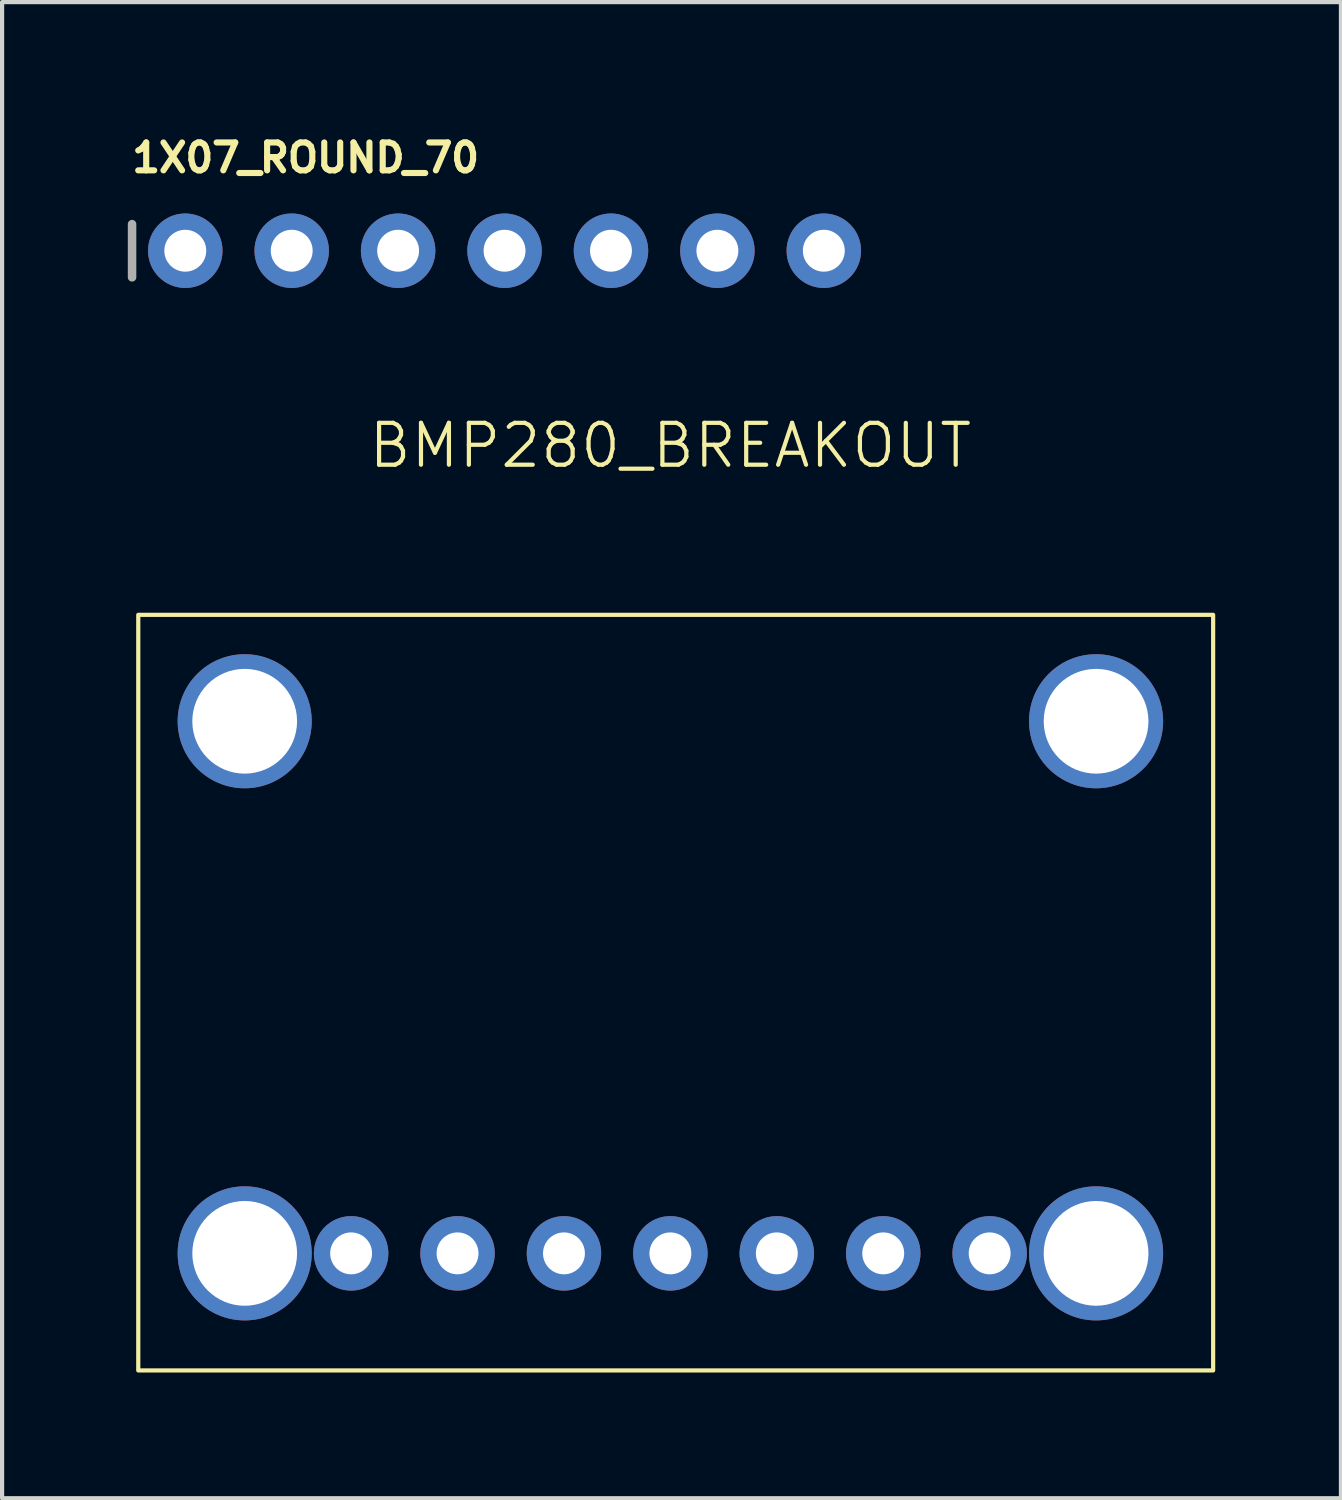
<source format=kicad_pcb>
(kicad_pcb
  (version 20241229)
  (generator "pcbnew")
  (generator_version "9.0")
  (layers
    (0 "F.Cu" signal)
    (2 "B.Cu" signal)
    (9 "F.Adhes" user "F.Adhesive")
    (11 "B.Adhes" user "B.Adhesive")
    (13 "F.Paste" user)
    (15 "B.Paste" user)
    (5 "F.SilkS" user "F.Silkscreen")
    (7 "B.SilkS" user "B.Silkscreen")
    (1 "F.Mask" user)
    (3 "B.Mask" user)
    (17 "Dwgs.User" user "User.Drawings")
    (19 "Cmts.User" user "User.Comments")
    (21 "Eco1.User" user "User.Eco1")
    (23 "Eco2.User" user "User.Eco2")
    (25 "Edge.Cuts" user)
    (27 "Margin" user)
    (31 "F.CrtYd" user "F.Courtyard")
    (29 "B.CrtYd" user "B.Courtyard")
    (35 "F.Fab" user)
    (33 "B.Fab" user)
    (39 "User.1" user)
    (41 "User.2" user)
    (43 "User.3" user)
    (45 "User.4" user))
  (footprint "1X07_ROUND_70"
    (layer "F.Cu")
    (at 8.992 2.934)
    (property "Reference" "1X07_ROUND_70" (at -8.966 -1.829 0) (unlocked yes) (layer "F.SilkS") (effects (font (size 0.666 0.666) (thickness 0.146)) (justify left bottom)))
    (fp_line (start -8.89 -0.635) (end -8.89 0.635) (stroke (width 0.203) (type solid)) (layer "F.Fab"))
    (fp_poly (pts (xy -7.874 0.254) (xy -7.366 0.254) (xy -7.366 -0.254) (xy -7.874 -0.254)) (stroke (width 0.1) (type default)) (fill no) (layer "F.Fab"))
    (fp_poly (pts (xy -5.334 0.254) (xy -4.826 0.254) (xy -4.826 -0.254) (xy -5.334 -0.254)) (stroke (width 0.1) (type default)) (fill no) (layer "F.Fab"))
    (fp_poly (pts (xy -2.794 0.254) (xy -2.286 0.254) (xy -2.286 -0.254) (xy -2.794 -0.254)) (stroke (width 0.1) (type default)) (fill no) (layer "F.Fab"))
    (fp_poly (pts (xy -0.254 0.254) (xy 0.254 0.254) (xy 0.254 -0.254) (xy -0.254 -0.254)) (stroke (width 0.1) (type default)) (fill no) (layer "F.Fab"))
    (fp_poly (pts (xy 2.286 0.254) (xy 2.794 0.254) (xy 2.794 -0.254) (xy 2.286 -0.254)) (stroke (width 0.1) (type default)) (fill no) (layer "F.Fab"))
    (fp_poly (pts (xy 4.826 0.254) (xy 5.334 0.254) (xy 5.334 -0.254) (xy 4.826 -0.254)) (stroke (width 0.1) (type default)) (fill no) (layer "F.Fab"))
    (fp_poly (pts (xy 7.366 0.254) (xy 7.874 0.254) (xy 7.874 -0.254) (xy 7.366 -0.254)) (stroke (width 0.1) (type default)) (fill no) (layer "F.Fab"))
    (pad "1" thru_hole circle (at -7.62 0 90) (size 1.778 1.778) (drill 1) (layers "*.Cu" "*.Mask"))
    (pad "2" thru_hole circle (at -5.08 0 90) (size 1.778 1.778) (drill 1) (layers "*.Cu" "*.Mask"))
    (pad "3" thru_hole circle (at -2.54 0 90) (size 1.778 1.778) (drill 1) (layers "*.Cu" "*.Mask"))
    (pad "4" thru_hole circle (at 0 0 90) (size 1.778 1.778) (drill 1) (layers "*.Cu" "*.Mask"))
    (pad "5" thru_hole circle (at 2.54 0 90) (size 1.778 1.778) (drill 1) (layers "*.Cu" "*.Mask"))
    (pad "6" thru_hole circle (at 5.08 0 90) (size 1.778 1.778) (drill 1) (layers "*.Cu" "*.Mask"))
    (pad "7" thru_hole circle (at 7.62 0 90) (size 1.778 1.778) (drill 1) (layers "*.Cu" "*.Mask")))
  (footprint "BMP280_BREAKOUT"
    (layer "F.Cu")
    (at 0.25 11.624)
    (property "Reference" "BMP280_BREAKOUT" (at 12.7 -4.04 0) (unlocked yes) (layer "F.SilkS") (effects (font (size 1 1) (thickness 0.1))))
    (attr through_hole)
    (fp_rect (start 0 18.034) (end 25.654 0) (stroke (width 0.1) (type default)) (fill no) (layer "F.SilkS"))
    (pad "3.3V" thru_hole circle (at 7.62 15.24) (size 1.778 1.778) (drill 1) (layers "*.Cu" "*.Mask"))
    (pad "8" thru_hole circle (at 2.54 2.54) (size 3.2 3.2) (drill 2.5) (layers "*.Cu" "*.Mask"))
    (pad "9" thru_hole circle (at 22.86 2.54) (size 3.2 3.2) (drill 2.5) (layers "*.Cu" "*.Mask"))
    (pad "10" thru_hole circle (at 22.86 15.24) (size 3.2 3.2) (drill 2.5) (layers "*.Cu" "*.Mask"))
    (pad "11" thru_hole circle (at 2.54 15.24) (size 3.2 3.2) (drill 2.5) (layers "*.Cu" "*.Mask"))
    (pad "CS" thru_hole circle (at 20.32 15.24) (size 1.778 1.778) (drill 1) (layers "*.Cu" "*.Mask"))
    (pad "GND" thru_hole circle (at 10.16 15.24) (size 1.778 1.778) (drill 1) (layers "*.Cu" "*.Mask"))
    (pad "SCK/SCL" thru_hole circle (at 12.7 15.24) (size 1.778 1.778) (drill 1) (layers "*.Cu" "*.Mask"))
    (pad "SCO/ADR" thru_hole circle (at 15.24 15.24) (size 1.778 1.778) (drill 1) (layers "*.Cu" "*.Mask"))
    (pad "SDI/SDA" thru_hole circle (at 17.78 15.24) (size 1.778 1.778) (drill 1) (layers "*.Cu" "*.Mask"))
    (pad "VCC" thru_hole circle (at 5.08 15.24) (size 1.778 1.778) (drill 1) (layers "*.Cu" "*.Mask")))
  (gr_rect
    (start -3 -3)
    (end 28.954 32.708)
    (stroke (width 0.1) (type default))
    (fill no)
    (layer "Edge.Cuts")))
</source>
